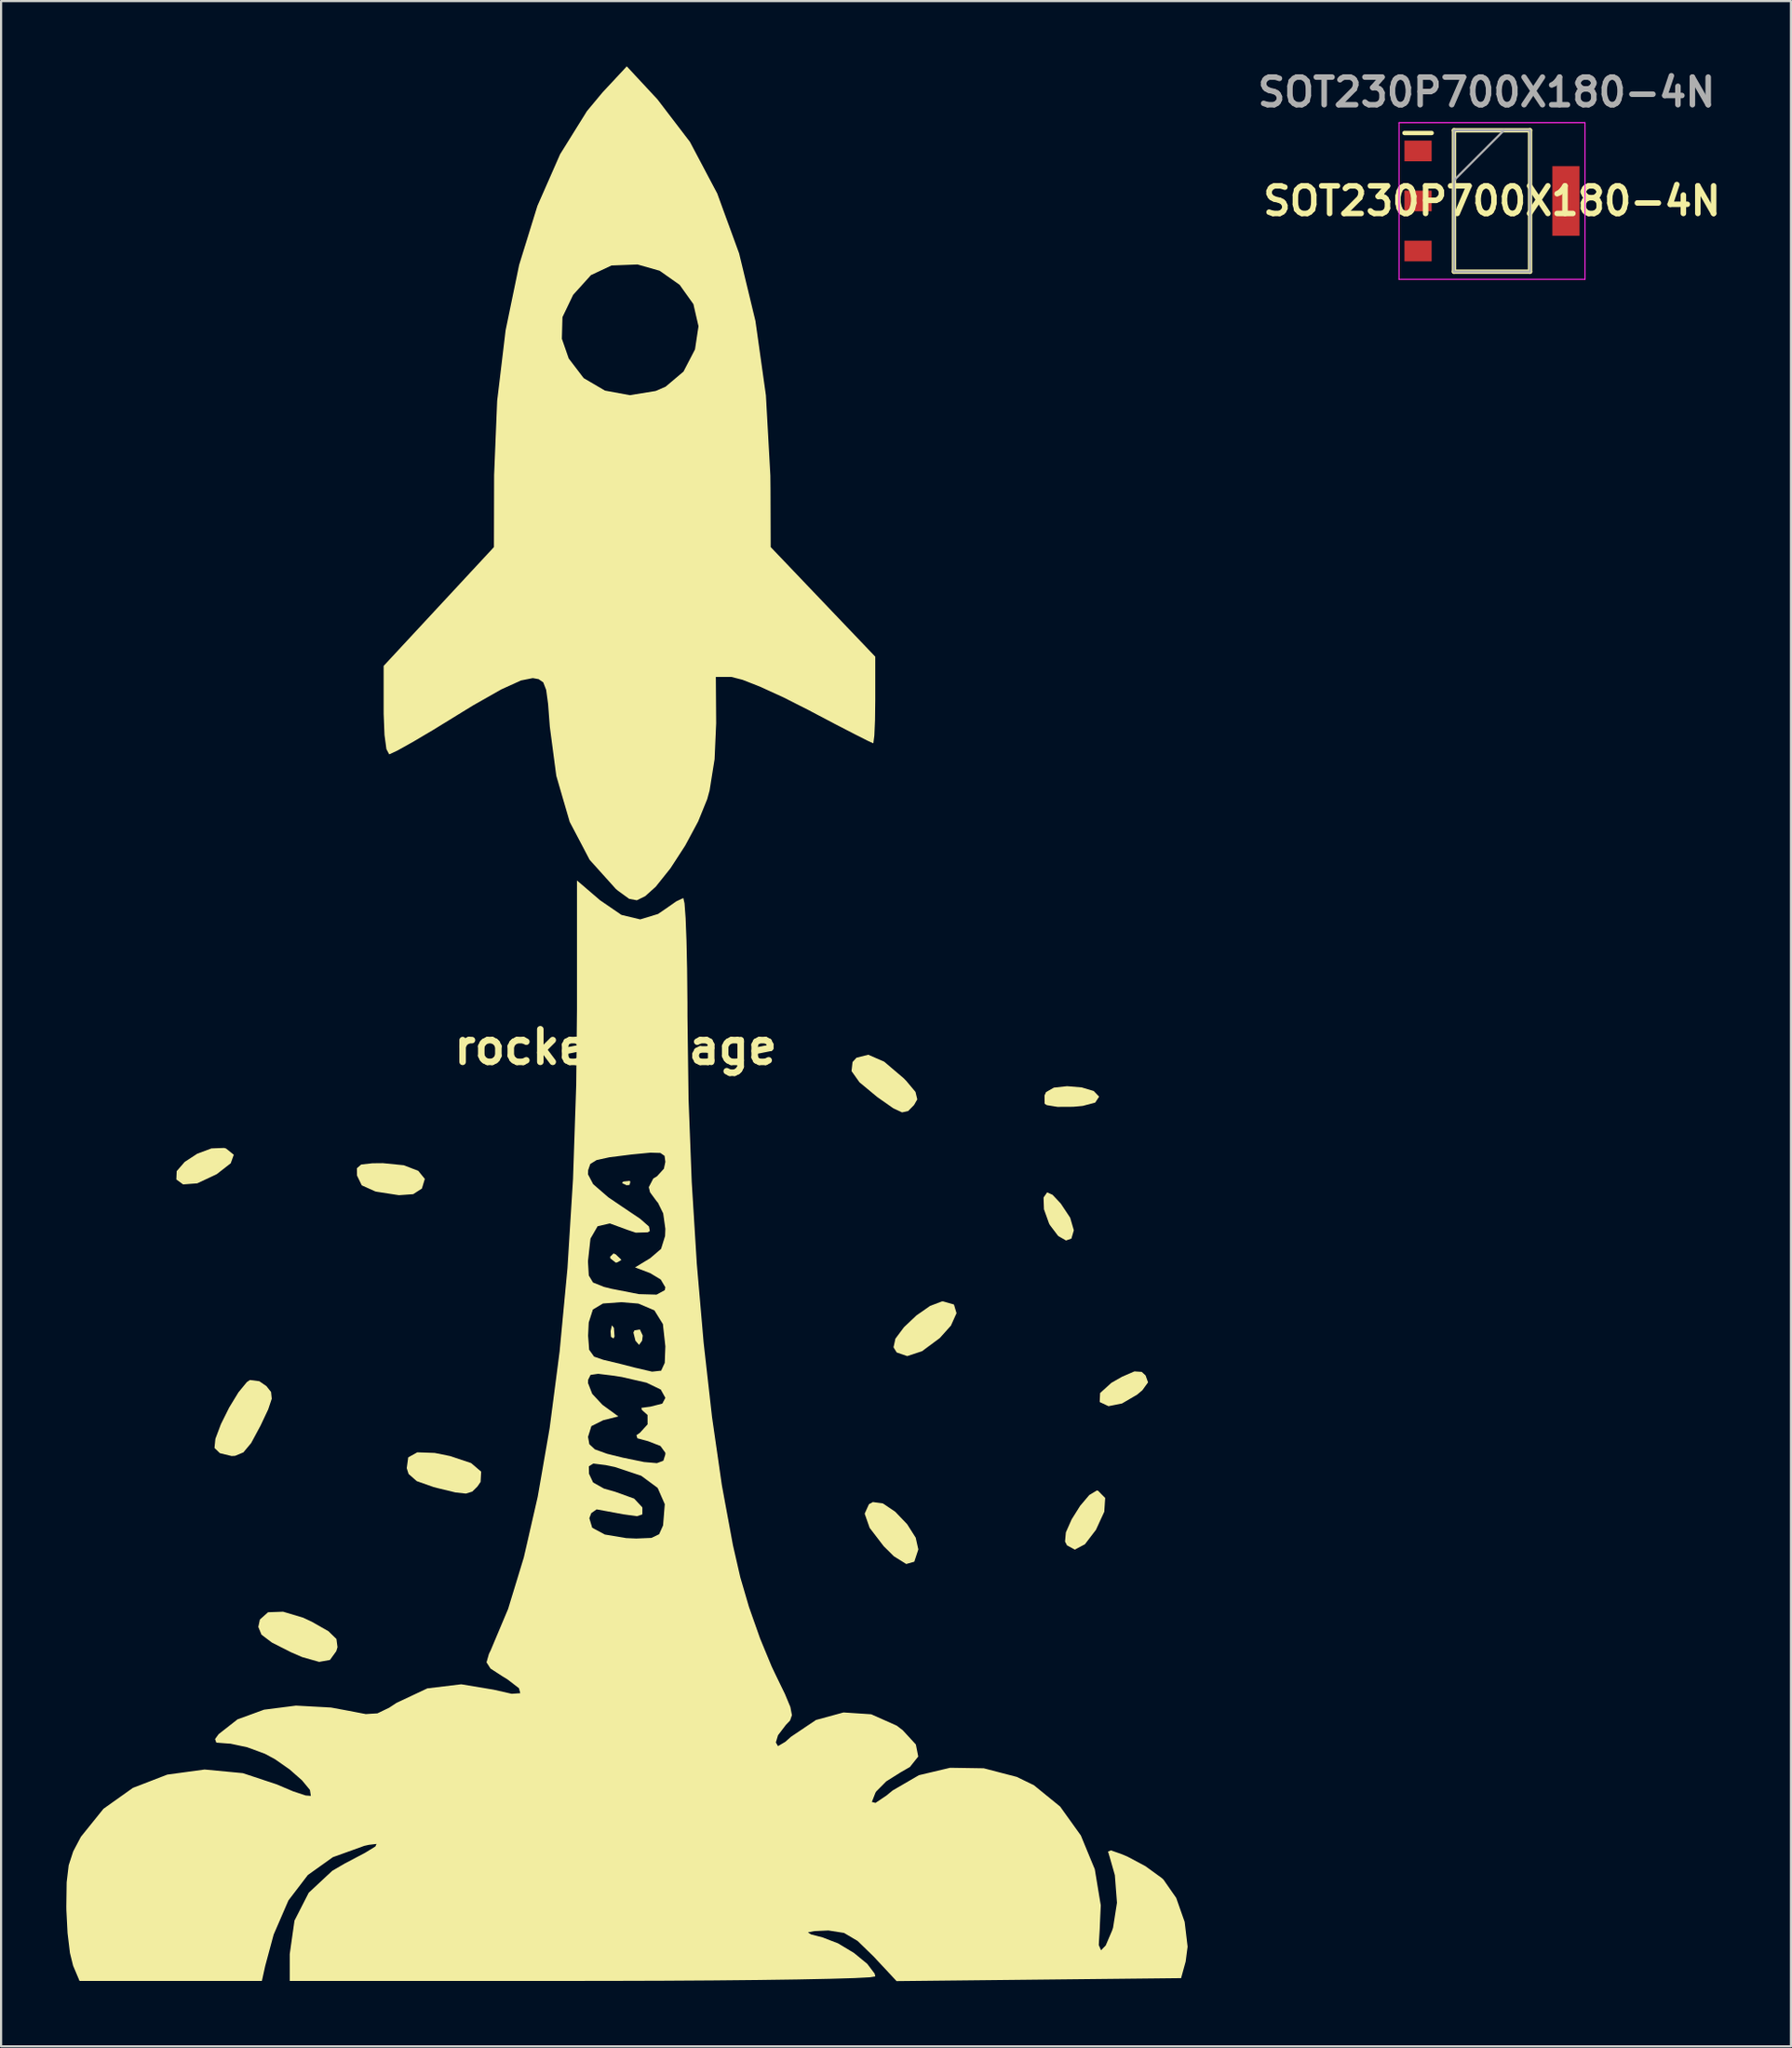
<source format=kicad_pcb>
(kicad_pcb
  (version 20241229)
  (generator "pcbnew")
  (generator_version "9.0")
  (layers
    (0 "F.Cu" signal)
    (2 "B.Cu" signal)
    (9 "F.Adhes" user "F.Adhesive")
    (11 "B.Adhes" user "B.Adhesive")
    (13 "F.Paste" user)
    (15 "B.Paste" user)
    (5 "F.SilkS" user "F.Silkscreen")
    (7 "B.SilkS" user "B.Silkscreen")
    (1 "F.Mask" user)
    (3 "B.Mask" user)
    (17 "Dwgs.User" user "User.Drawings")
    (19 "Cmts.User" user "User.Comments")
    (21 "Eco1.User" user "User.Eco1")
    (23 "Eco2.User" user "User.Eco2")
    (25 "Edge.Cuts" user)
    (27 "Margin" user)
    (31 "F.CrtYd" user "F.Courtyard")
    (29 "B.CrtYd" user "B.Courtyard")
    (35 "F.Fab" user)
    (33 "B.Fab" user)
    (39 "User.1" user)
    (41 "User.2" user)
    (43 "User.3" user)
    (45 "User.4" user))
  (footprint "SOT230P700X180-4N"
    (layer "F.Cu")
    (at 65.554 6.189)
    (property "Reference" "SOT230P700X180-4N" (at 0 0 180) (layer "F.SilkS") (effects (font (size 1.27 1.27) (thickness 0.254))))
    (attr smd)
    (fp_line (start -4.025 -3.125) (end -2.775 -3.125) (stroke (width 0.2) (type solid)) (layer "F.SilkS"))
    (fp_line (start -1.75 -3.25) (end 1.75 -3.25) (stroke (width 0.2) (type solid)) (layer "F.SilkS"))
    (fp_line (start -1.75 3.25) (end -1.75 -3.25) (stroke (width 0.2) (type solid)) (layer "F.SilkS"))
    (fp_line (start 1.75 -3.25) (end 1.75 3.25) (stroke (width 0.2) (type solid)) (layer "F.SilkS"))
    (fp_line (start 1.75 3.25) (end -1.75 3.25) (stroke (width 0.2) (type solid)) (layer "F.SilkS"))
    (fp_line (start -4.275 -3.6) (end 4.275 -3.6) (stroke (width 0.05) (type solid)) (layer "F.CrtYd"))
    (fp_line (start -4.275 3.6) (end -4.275 -3.6) (stroke (width 0.05) (type solid)) (layer "F.CrtYd"))
    (fp_line (start 4.275 -3.6) (end 4.275 3.6) (stroke (width 0.05) (type solid)) (layer "F.CrtYd"))
    (fp_line (start 4.275 3.6) (end -4.275 3.6) (stroke (width 0.05) (type solid)) (layer "F.CrtYd"))
    (fp_line (start -1.75 -3.25) (end 1.75 -3.25) (stroke (width 0.1) (type solid)) (layer "F.Fab"))
    (fp_line (start -1.75 -0.95) (end 0.55 -3.25) (stroke (width 0.1) (type solid)) (layer "F.Fab"))
    (fp_line (start -1.75 3.25) (end -1.75 -3.25) (stroke (width 0.1) (type solid)) (layer "F.Fab"))
    (fp_line (start 1.75 -3.25) (end 1.75 3.25) (stroke (width 0.1) (type solid)) (layer "F.Fab"))
    (fp_line (start 1.75 3.25) (end -1.75 3.25) (stroke (width 0.1) (type solid)) (layer "F.Fab"))
    (fp_text user "${REFERENCE}" (at -0.25 -5 180) (layer "F.Fab") (effects (font (size 1.27 1.27) (thickness 0.254))))
    (pad "1" smd rect (at -3.4 -2.3 90) (size 0.95 1.25) (layers "F.Cu" "F.Mask" "F.Paste"))
    (pad "2" smd rect (at -3.4 0 90) (size 0.95 1.25) (layers "F.Cu" "F.Mask" "F.Paste"))
    (pad "3" smd rect (at -3.4 2.3 90) (size 0.95 1.25) (layers "F.Cu" "F.Mask" "F.Paste"))
    (pad "4" smd rect (at 3.4 0) (size 1.25 3.2) (layers "F.Cu" "F.Mask" "F.Paste")))
  (footprint "rocket_image"
    (layer "F.Cu")
    (at 25.258 45.085)
    (property "Reference" "rocket_image" (at 0 0 0) (layer "F.SilkS") (effects (font (size 1.5 1.5) (thickness 0.3))))
    (attr board_only exclude_from_pos_files exclude_from_bom)
    (fp_poly (pts (xy -0.08 12.906) (xy -0.05 13.303) (xy -0.101 13.393) (xy -0.216 13.317) (xy -0.234 13.06) (xy -0.172 12.789)) (stroke (width 0) (type solid)) (fill yes) (layer "F.SilkS"))
    (fp_poly (pts (xy 0.677 6.181) (xy 0.642 6.332) (xy 0.508 6.35) (xy 0.299 6.257) (xy 0.339 6.181) (xy 0.64 6.15)) (stroke (width 0) (type solid)) (fill yes) (layer "F.SilkS"))
    (fp_poly (pts (xy 1.247 13.261) (xy 1.216 13.497) (xy 1.076 13.688) (xy 0.91 13.496) (xy 0.817 13.122) (xy 0.864 13.022) (xy 1.115 12.98)) (stroke (width 0) (type solid)) (fill yes) (layer "F.SilkS"))
    (fp_poly (pts (xy 0 9.525) (xy 0.242 9.753) (xy 0.254 9.794) (xy 0.057 9.903) (xy 0 9.906) (xy -0.244 9.711) (xy -0.254 9.637) (xy -0.098 9.485)) (stroke (width 0) (type solid)) (fill yes) (layer "F.SilkS"))
    (fp_poly (pts (xy -17.912 4.662) (xy -17.558 4.948) (xy -17.698 5.339) (xy -18.328 5.83) (xy -18.352 5.845) (xy -19.236 6.262) (xy -19.888 6.311) (xy -20.2 6.085) (xy -20.184 5.701) (xy -19.816 5.277) (xy -19.237 4.9) (xy -18.586 4.657) (xy -18.003 4.634)) (stroke (width 0) (type solid)) (fill yes) (layer "F.SilkS"))
    (fp_poly (pts (xy 12.289 20.977) (xy 12.856 21.359) (xy 13.401 21.928) (xy 13.797 22.551) (xy 13.918 23.091) (xy 13.732 23.655) (xy 13.361 23.76) (xy 12.793 23.406) (xy 12.325 22.943) (xy 11.679 22.1) (xy 11.45 21.446) (xy 11.647 21.012) (xy 11.828 20.913)) (stroke (width 0) (type solid)) (fill yes) (layer "F.SilkS"))
    (fp_poly (pts (xy 20.089 6.789) (xy 20.466 7.19) (xy 20.899 7.842) (xy 21.068 8.42) (xy 20.955 8.804) (xy 20.708 8.89) (xy 20.349 8.684) (xy 19.967 8.18) (xy 19.927 8.105) (xy 19.694 7.455) (xy 19.675 6.93) (xy 19.685 6.899) (xy 19.841 6.677)) (stroke (width 0) (type solid)) (fill yes) (layer "F.SilkS"))
    (fp_poly (pts (xy 22.176 20.388) (xy 22.509 20.725) (xy 22.468 21.357) (xy 22.085 22.19) (xy 21.576 22.855) (xy 21.112 23.1) (xy 20.753 22.903) (xy 20.663 22.727) (xy 20.702 22.307) (xy 20.967 21.709) (xy 21.358 21.086) (xy 21.776 20.592) (xy 22.121 20.382)) (stroke (width 0) (type solid)) (fill yes) (layer "F.SilkS"))
    (fp_poly (pts (xy 24.189 14.93) (xy 24.368 15.094) (xy 24.48 15.411) (xy 24.219 15.774) (xy 23.978 15.976) (xy 23.283 16.382) (xy 22.662 16.506) (xy 22.264 16.319) (xy 22.257 16.307) (xy 22.277 15.901) (xy 22.795 15.432) (xy 23.279 15.155) (xy 23.855 14.907)) (stroke (width 0) (type solid)) (fill yes) (layer "F.SilkS"))
    (fp_poly (pts (xy 15.556 11.833) (xy 15.674 12.23) (xy 15.417 12.802) (xy 14.905 13.374) (xy 14.088 13.979) (xy 13.406 14.204) (xy 12.923 14.037) (xy 12.776 13.8) (xy 12.863 13.404) (xy 13.259 12.874) (xy 13.834 12.331) (xy 14.458 11.897) (xy 14.999 11.691) (xy 15.057 11.688)) (stroke (width 0) (type solid)) (fill yes) (layer "F.SilkS"))
    (fp_poly (pts (xy 21.431 1.853) (xy 21.981 2.017) (xy 22.224 2.27) (xy 22.225 2.286) (xy 22.049 2.551) (xy 21.476 2.703) (xy 21.042 2.743) (xy 20.314 2.747) (xy 19.823 2.667) (xy 19.725 2.604) (xy 19.719 2.223) (xy 19.79 2.067) (xy 20.15 1.862) (xy 20.759 1.796)) (stroke (width 0) (type solid)) (fill yes) (layer "F.SilkS"))
    (fp_poly (pts (xy -9.743 5.43) (xy -9.076 5.687) (xy -8.774 6.059) (xy -8.908 6.499) (xy -8.912 6.504) (xy -9.309 6.76) (xy -9.964 6.807) (xy -10.98 6.65) (xy -11.049 6.636) (xy -11.674 6.354) (xy -11.892 5.904) (xy -11.896 5.566) (xy -11.7 5.397) (xy -11.185 5.339) (xy -10.704 5.334)) (stroke (width 0) (type solid)) (fill yes) (layer "F.SilkS"))
    (fp_poly (pts (xy -14.37 26.229) (xy -13.977 26.412) (xy -13.208 26.849) (xy -12.838 27.208) (xy -12.789 27.584) (xy -12.846 27.77) (xy -13.137 28.172) (xy -13.633 28.261) (xy -14.415 28.039) (xy -14.923 27.819) (xy -15.807 27.372) (xy -16.285 27.009) (xy -16.431 26.652) (xy -16.357 26.312) (xy -15.983 25.979) (xy -15.292 25.953)) (stroke (width 0) (type solid)) (fill yes) (layer "F.SilkS"))
    (fp_poly (pts (xy -8.317 18.656) (xy -7.603 18.8) (xy -6.645 19.122) (xy -6.184 19.515) (xy -6.21 19.987) (xy -6.353 20.196) (xy -6.592 20.433) (xy -6.886 20.524) (xy -7.369 20.471) (xy -8.179 20.274) (xy -8.382 20.22) (xy -9.147 19.951) (xy -9.521 19.621) (xy -9.606 19.355) (xy -9.537 18.857) (xy -9.12 18.627)) (stroke (width 0) (type solid)) (fill yes) (layer "F.SilkS"))
    (fp_poly (pts (xy 12.346 0.668) (xy 13.241 1.428) (xy 13.361 1.551) (xy 13.787 2.059) (xy 13.87 2.401) (xy 13.724 2.658) (xy 13.448 2.94) (xy 13.171 3.001) (xy 12.763 2.811) (xy 12.095 2.342) (xy 12.014 2.283) (xy 11.211 1.617) (xy 10.846 1.102) (xy 10.892 0.686) (xy 11.073 0.488) (xy 11.616 0.351)) (stroke (width 0) (type solid)) (fill yes) (layer "F.SilkS"))
    (fp_poly (pts (xy -16.383 15.359) (xy -16.056 15.585) (xy -15.845 15.853) (xy -15.812 16.163) (xy -15.976 16.654) (xy -16.327 17.398) (xy -16.76 18.202) (xy -17.117 18.63) (xy -17.497 18.787) (xy -17.658 18.796) (xy -18.198 18.666) (xy -18.445 18.427) (xy -18.404 18.007) (xy -18.151 17.334) (xy -17.77 16.568) (xy -17.344 15.87) (xy -16.958 15.399) (xy -16.815 15.303)) (stroke (width 0) (type solid)) (fill yes) (layer "F.SilkS"))
    (fp_poly (pts (xy 1.925 -43.564) (xy 3.416 -41.613) (xy 4.67 -39.243) (xy 5.677 -36.488) (xy 6.427 -33.384) (xy 6.909 -29.965) (xy 7.114 -26.268) (xy 7.121 -25.601) (xy 7.129 -22.987) (xy 9.534 -20.467) (xy 11.938 -17.948) (xy 11.938 -15.959) (xy 11.926 -15.026) (xy 11.896 -14.328) (xy 11.852 -13.986) (xy 11.84 -13.97) (xy 11.592 -14.082) (xy 10.983 -14.389) (xy 10.101 -14.845) (xy 9.034 -15.406) (xy 8.869 -15.494) (xy 7.718 -16.076) (xy 6.669 -16.556) (xy 5.834 -16.885) (xy 5.322 -17.017) (xy 5.301 -17.018) (xy 4.607 -17.018) (xy 4.622 -14.889) (xy 4.549 -13.231) (xy 4.32 -11.801) (xy 4.209 -11.396) (xy 3.795 -10.376) (xy 3.2 -9.267) (xy 2.519 -8.218) (xy 1.845 -7.375) (xy 1.358 -6.938) (xy 0.974 -6.749) (xy 0.617 -6.818) (xy 0.103 -7.192) (xy 0.008 -7.271) (xy -1.197 -8.612) (xy -2.113 -10.355) (xy -2.73 -12.476) (xy -3.027 -14.732) (xy -3.107 -15.78) (xy -3.195 -16.423) (xy -3.329 -16.767) (xy -3.543 -16.915) (xy -3.81 -16.963) (xy -4.355 -16.854) (xy -5.262 -16.441) (xy -6.543 -15.715) (xy -7.303 -15.249) (xy -8.382 -14.586) (xy -9.314 -14.035) (xy -10.011 -13.645) (xy -10.386 -13.468) (xy -10.415 -13.462) (xy -10.54 -13.699) (xy -10.628 -14.346) (xy -10.667 -15.303) (xy -10.668 -15.493) (xy -10.668 -17.524) (xy -8.132 -20.255) (xy -5.596 -22.987) (xy -5.588 -26.289) (xy -5.448 -29.709) (xy -5.106 -32.562) (xy -2.472 -32.562) (xy -2.158 -31.656) (xy -1.47 -30.753) (xy -0.491 -30.179) (xy 0.654 -29.97) (xy 1.841 -30.162) (xy 2.294 -30.357) (xy 3.12 -31.054) (xy 3.649 -32.074) (xy 3.81 -33.138) (xy 3.575 -34.155) (xy 2.942 -35.042) (xy 2.022 -35.689) (xy 1.007 -35.977) (xy -0.191 -35.931) (xy -1.136 -35.487) (xy -1.944 -34.592) (xy -1.961 -34.566) (xy -2.446 -33.556) (xy -2.472 -32.562) (xy -5.106 -32.562) (xy -5.06 -32.949) (xy -4.438 -35.955) (xy -3.597 -38.673) (xy -2.553 -41.047) (xy -1.322 -43.024) (xy -0.601 -43.89) (xy 0.512 -45.085)) (stroke (width 0) (type solid)) (fill yes) (layer "F.SilkS"))
    (fp_poly (pts (xy -0.716 -6.751) (xy 0.264 -6.079) (xy 1.129 -5.872) (xy 1.95 -6.121) (xy 2.286 -6.35) (xy 2.785 -6.699) (xy 3.107 -6.852) (xy 3.111 -6.852) (xy 3.167 -6.612) (xy 3.217 -5.937) (xy 3.257 -4.901) (xy 3.286 -3.576) (xy 3.301 -2.036) (xy 3.302 -1.392) (xy 3.352 2.386) (xy 3.498 6.197) (xy 3.732 9.96) (xy 4.046 13.592) (xy 4.433 17.013) (xy 4.884 20.141) (xy 5.393 22.895) (xy 5.731 24.369) (xy 6.127 25.725) (xy 6.639 27.178) (xy 7.172 28.468) (xy 7.315 28.769) (xy 7.778 29.724) (xy 8.034 30.335) (xy 8.106 30.711) (xy 8.018 30.959) (xy 7.827 31.158) (xy 7.466 31.633) (xy 7.366 31.964) (xy 7.465 32.133) (xy 7.799 31.936) (xy 8.065 31.701) (xy 9.211 30.931) (xy 10.478 30.585) (xy 11.752 30.669) (xy 12.922 31.19) (xy 13.201 31.402) (xy 13.804 32.057) (xy 13.914 32.611) (xy 13.53 33.093) (xy 13.096 33.343) (xy 12.44 33.755) (xy 11.98 34.219) (xy 11.944 34.279) (xy 11.781 34.699) (xy 11.947 34.743) (xy 12.445 34.409) (xy 12.738 34.17) (xy 13.944 33.469) (xy 15.382 33.128) (xy 16.925 33.152) (xy 18.443 33.547) (xy 19.232 33.93) (xy 20.439 34.912) (xy 21.39 36.239) (xy 22.031 37.792) (xy 22.306 39.448) (xy 22.257 40.564) (xy 22.214 41.275) (xy 22.318 41.517) (xy 22.534 41.296) (xy 22.825 40.617) (xy 22.871 40.48) (xy 23.052 39.334) (xy 22.954 38.065) (xy 22.724 37.257) (xy 22.641 36.981) (xy 22.772 36.925) (xy 23.222 37.082) (xy 23.525 37.207) (xy 24.354 37.647) (xy 25.103 38.19) (xy 25.191 38.271) (xy 25.775 39.11) (xy 26.164 40.212) (xy 26.299 41.35) (xy 26.21 42.037) (xy 25.999 42.799) (xy 19.458 42.867) (xy 12.917 42.935) (xy 11.856 41.798) (xy 11.127 41.09) (xy 10.5 40.72) (xy 9.786 40.607) (xy 9.144 40.636) (xy 8.842 40.692) (xy 8.978 40.786) (xy 9.52 40.928) (xy 10.226 41.199) (xy 10.958 41.64) (xy 11.568 42.14) (xy 11.909 42.591) (xy 11.938 42.72) (xy 11.692 42.759) (xy 10.984 42.796) (xy 9.862 42.829) (xy 8.372 42.859) (xy 6.561 42.884) (xy 4.476 42.904) (xy 2.162 42.918) (xy -0.332 42.925) (xy -1.524 42.926) (xy -14.986 42.926) (xy -14.986 41.696) (xy -14.767 40.154) (xy -14.113 38.873) (xy -13.033 37.866) (xy -12.461 37.532) (xy -11.532 37.043) (xy -11.049 36.747) (xy -10.994 36.629) (xy -11.349 36.671) (xy -11.558 36.718) (xy -13.004 37.239) (xy -14.153 38.058) (xy -15.046 39.227) (xy -15.725 40.796) (xy -16.111 42.227) (xy -16.266 42.926) (xy -20.458 42.926) (xy -24.651 42.926) (xy -24.947 42.227) (xy -25.092 41.639) (xy -25.202 40.725) (xy -25.256 39.666) (xy -25.258 39.497) (xy -25.243 38.393) (xy -25.15 37.612) (xy -24.943 36.973) (xy -24.589 36.302) (xy -23.551 35.013) (xy -22.196 34.051) (xy -20.615 33.442) (xy -18.899 33.208) (xy -17.139 33.376) (xy -15.6 33.886) (xy -14.827 34.212) (xy -14.252 34.402) (xy -14.015 34.42) (xy -14.057 34.147) (xy -14.42 33.707) (xy -14.994 33.202) (xy -15.67 32.731) (xy -16.129 32.484) (xy -16.946 32.184) (xy -17.713 32.02) (xy -17.875 32.01) (xy -18.361 31.972) (xy -18.42 31.81) (xy -18.256 31.583) (xy -17.387 30.902) (xy -16.166 30.458) (xy -14.698 30.27) (xy -13.089 30.358) (xy -12.268 30.511) (xy -11.487 30.66) (xy -10.952 30.626) (xy -10.417 30.369) (xy -10.073 30.143) (xy -8.658 29.478) (xy -7.1 29.291) (xy -5.61 29.538) (xy -4.778 29.728) (xy -4.385 29.699) (xy -4.446 29.471) (xy -4.974 29.065) (xy -5.202 28.925) (xy -5.755 28.567) (xy -5.937 28.281) (xy -5.827 27.895) (xy -5.745 27.727) (xy -4.945 25.827) (xy -4.223 23.462) (xy -3.584 20.674) (xy -3.34 19.271) (xy -1.233 19.271) (xy -1.224 19.613) (xy -1.037 20.013) (xy -0.538 20.293) (xy -0.001 20.448) (xy 0.852 20.755) (xy 1.22 21.148) (xy 1.23 21.19) (xy 1.228 21.48) (xy 0.983 21.563) (xy 0.373 21.479) (xy 0.342 21.474) (xy -0.347 21.346) (xy -0.819 21.26) (xy -0.874 21.25) (xy -1.12 21.422) (xy -1.21 21.655) (xy -1.078 22.094) (xy -0.497 22.406) (xy 0.485 22.57) (xy 0.948 22.59) (xy 1.645 22.561) (xy 2 22.392) (xy 2.174 22.002) (xy 2.182 21.971) (xy 2.259 21.011) (xy 1.932 20.264) (xy 1.174 19.704) (xy -0.042 19.301) (xy -0.462 19.214) (xy -1.026 19.143) (xy -1.233 19.271) (xy -3.34 19.271) (xy -3.105 17.917) (xy -1.27 17.917) (xy -1.209 18.255) (xy -0.954 18.492) (xy -0.393 18.694) (xy 0.318 18.869) (xy 1.304 19.073) (xy 1.898 19.125) (xy 2.193 19.014) (xy 2.284 18.729) (xy 2.286 18.648) (xy 2.06 18.336) (xy 1.495 18.117) (xy 1 17.983) (xy 0.955 17.84) (xy 1.114 17.73) (xy 1.468 17.343) (xy 1.466 16.911) (xy 1.206 16.678) (xy 1.185 16.583) (xy 1.575 16.53) (xy 1.587 16.53) (xy 2.145 16.389) (xy 2.286 16.123) (xy 2.074 15.741) (xy 1.418 15.426) (xy 0.291 15.166) (xy -0.087 15.106) (xy -0.804 15.019) (xy -1.153 15.068) (xy -1.264 15.29) (xy -1.27 15.444) (xy -1.077 15.94) (xy -0.607 16.442) (xy -0.572 16.468) (xy 0.126 16.977) (xy -0.572 17.152) (xy -1.116 17.424) (xy -1.27 17.917) (xy -3.105 17.917) (xy -3.033 17.501) (xy -2.575 13.982) (xy -2.508 13.267) (xy -1.266 13.267) (xy -1.218 13.912) (xy -0.992 14.228) (xy -0.572 14.373) (xy 0.22 14.563) (xy 0.889 14.735) (xy 1.675 14.919) (xy 2.092 14.874) (xy 2.257 14.516) (xy 2.286 13.766) (xy 2.286 13.755) (xy 2.172 12.733) (xy 1.781 12.101) (xy 1.045 11.79) (xy 0.26 11.725) (xy -0.583 11.787) (xy -1.047 12.063) (xy -1.238 12.662) (xy -1.266 13.267) (xy -2.508 13.267) (xy -2.215 10.157) (xy -2.199 9.891) (xy -1.27 9.891) (xy -1.235 10.497) (xy -1.04 10.821) (xy -0.546 11.02) (xy -0.191 11.109) (xy 1.07 11.355) (xy 1.883 11.377) (xy 2.257 11.174) (xy 2.286 11.043) (xy 2.073 10.683) (xy 1.589 10.391) (xy 0.893 10.126) (xy 1.589 9.703) (xy 2.089 9.275) (xy 2.273 8.682) (xy 2.286 8.354) (xy 2.186 7.645) (xy 1.941 7.145) (xy 1.905 7.112) (xy 1.582 6.675) (xy 1.524 6.438) (xy 1.729 6.042) (xy 1.905 5.934) (xy 2.219 5.589) (xy 2.286 5.274) (xy 2.248 4.998) (xy 2.056 4.865) (xy 1.595 4.852) (xy 0.751 4.934) (xy 0.707 4.939) (xy -0.285 5.064) (xy -0.875 5.192) (xy -1.166 5.372) (xy -1.263 5.651) (xy -1.27 5.851) (xy -1.033 6.301) (xy -0.332 6.907) (xy 0.314 7.345) (xy 1.127 7.891) (xy 1.531 8.246) (xy 1.572 8.454) (xy 1.477 8.514) (xy 0.926 8.531) (xy 0.545 8.402) (xy -0.267 8.105) (xy -0.828 8.234) (xy -1.157 8.802) (xy -1.27 9.823) (xy -1.27 9.891) (xy -2.199 9.891) (xy -1.96 6.065) (xy -1.813 1.745) (xy -1.778 -1.73) (xy -1.778 -7.66)) (stroke (width 0) (type solid)) (fill yes) (layer "F.SilkS")))
  (gr_rect
    (start -3 -3)
    (end 79.3 91.02)
    (stroke (width 0.1) (type default))
    (fill no)
    (layer "Edge.Cuts")))
</source>
